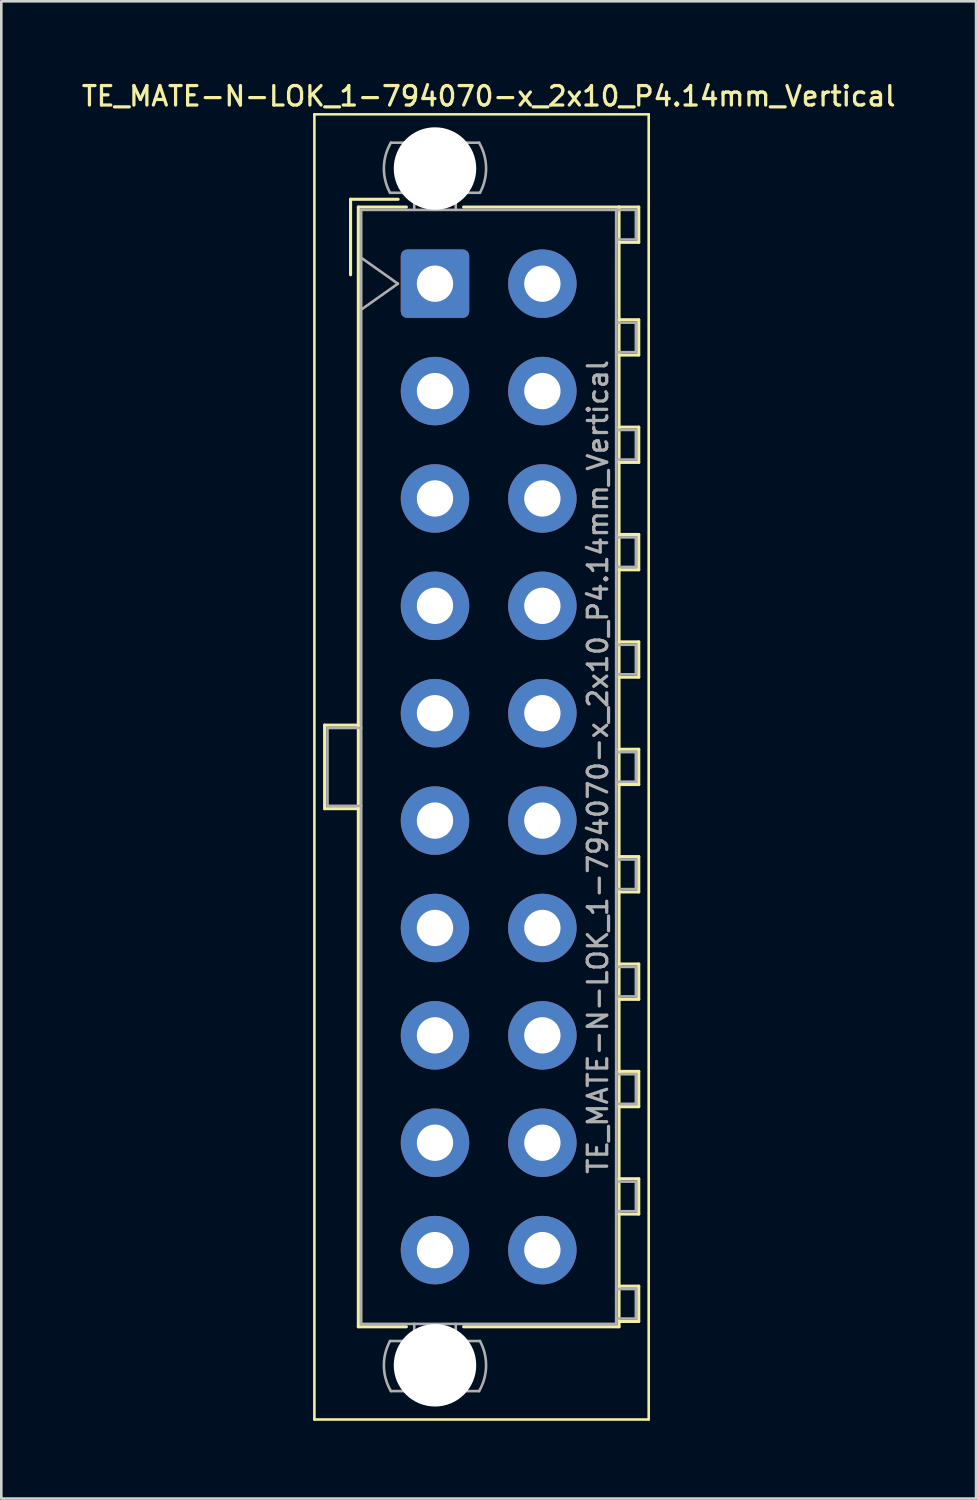
<source format=kicad_pcb>
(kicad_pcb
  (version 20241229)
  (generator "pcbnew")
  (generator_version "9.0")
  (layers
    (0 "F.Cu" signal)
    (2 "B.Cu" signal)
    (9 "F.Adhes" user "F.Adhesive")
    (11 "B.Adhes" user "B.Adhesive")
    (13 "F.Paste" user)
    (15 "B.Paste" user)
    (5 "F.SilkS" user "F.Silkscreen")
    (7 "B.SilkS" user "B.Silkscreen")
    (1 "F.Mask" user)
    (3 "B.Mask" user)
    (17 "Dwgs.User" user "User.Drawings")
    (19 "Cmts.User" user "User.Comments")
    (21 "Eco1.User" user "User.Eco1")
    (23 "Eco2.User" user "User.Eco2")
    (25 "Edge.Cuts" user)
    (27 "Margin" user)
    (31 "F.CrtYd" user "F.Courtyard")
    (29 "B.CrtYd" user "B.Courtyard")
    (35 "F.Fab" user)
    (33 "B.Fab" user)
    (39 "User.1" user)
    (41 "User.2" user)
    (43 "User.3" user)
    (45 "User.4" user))
  (footprint "TE_MATE-N-LOK_1-794070-x_2x10_P4.14mm_Vertical"
    (layer "F.Cu")
    (at 13.721 7.888)
    (property "Reference" "TE_MATE-N-LOK_1-794070-x_2x10_P4.14mm_Vertical" (at 2.07 -7.23 0) (layer "F.SilkS") (effects (font (size 0.75 0.75) (thickness 0.125))))
    (attr through_hole)
    (fp_line (start -4.65 -6.53) (end -4.65 43.79) (stroke (width 0.1) (type solid)) (layer "F.SilkS"))
    (fp_line (start -4.65 43.79) (end 8.24 43.79) (stroke (width 0.1) (type solid)) (layer "F.SilkS"))
    (fp_line (start -4.255 17.02) (end -4.255 20.24) (stroke (width 0.12) (type solid)) (layer "F.SilkS"))
    (fp_line (start -4.255 20.24) (end -2.955 20.24) (stroke (width 0.12) (type solid)) (layer "F.SilkS"))
    (fp_line (start -3.255 -3.255) (end -3.255 -0.345) (stroke (width 0.12) (type solid)) (layer "F.SilkS"))
    (fp_line (start -2.955 -2.955) (end -2.955 40.215) (stroke (width 0.12) (type solid)) (layer "F.SilkS"))
    (fp_line (start -2.955 17.02) (end -4.255 17.02) (stroke (width 0.12) (type solid)) (layer "F.SilkS"))
    (fp_line (start -2.955 40.215) (end -1.103 40.215) (stroke (width 0.12) (type solid)) (layer "F.SilkS"))
    (fp_line (start -1.421 -3.255) (end -3.255 -3.255) (stroke (width 0.12) (type solid)) (layer "F.SilkS"))
    (fp_line (start -1.103 -2.955) (end -2.955 -2.955) (stroke (width 0.12) (type solid)) (layer "F.SilkS"))
    (fp_line (start 1.103 -2.955) (end 7.095 -2.955) (stroke (width 0.12) (type solid)) (layer "F.SilkS"))
    (fp_line (start 7.095 -2.955) (end 7.095 40.215) (stroke (width 0.12) (type solid)) (layer "F.SilkS"))
    (fp_line (start 7.095 -2.955) (end 7.855 -2.955) (stroke (width 0.12) (type solid)) (layer "F.SilkS"))
    (fp_line (start 7.095 1.39) (end 7.855 1.39) (stroke (width 0.12) (type solid)) (layer "F.SilkS"))
    (fp_line (start 7.095 5.53) (end 7.855 5.53) (stroke (width 0.12) (type solid)) (layer "F.SilkS"))
    (fp_line (start 7.095 9.67) (end 7.855 9.67) (stroke (width 0.12) (type solid)) (layer "F.SilkS"))
    (fp_line (start 7.095 13.81) (end 7.855 13.81) (stroke (width 0.12) (type solid)) (layer "F.SilkS"))
    (fp_line (start 7.095 17.95) (end 7.855 17.95) (stroke (width 0.12) (type solid)) (layer "F.SilkS"))
    (fp_line (start 7.095 22.09) (end 7.855 22.09) (stroke (width 0.12) (type solid)) (layer "F.SilkS"))
    (fp_line (start 7.095 26.23) (end 7.855 26.23) (stroke (width 0.12) (type solid)) (layer "F.SilkS"))
    (fp_line (start 7.095 30.37) (end 7.855 30.37) (stroke (width 0.12) (type solid)) (layer "F.SilkS"))
    (fp_line (start 7.095 34.51) (end 7.855 34.51) (stroke (width 0.12) (type solid)) (layer "F.SilkS"))
    (fp_line (start 7.095 38.65) (end 7.855 38.65) (stroke (width 0.12) (type solid)) (layer "F.SilkS"))
    (fp_line (start 7.095 40.215) (end 1.103 40.215) (stroke (width 0.12) (type solid)) (layer "F.SilkS"))
    (fp_line (start 7.855 -2.955) (end 7.855 -1.595) (stroke (width 0.12) (type solid)) (layer "F.SilkS"))
    (fp_line (start 7.855 -1.595) (end 7.095 -1.595) (stroke (width 0.12) (type solid)) (layer "F.SilkS"))
    (fp_line (start 7.855 1.39) (end 7.855 2.75) (stroke (width 0.12) (type solid)) (layer "F.SilkS"))
    (fp_line (start 7.855 2.75) (end 7.095 2.75) (stroke (width 0.12) (type solid)) (layer "F.SilkS"))
    (fp_line (start 7.855 5.53) (end 7.855 6.89) (stroke (width 0.12) (type solid)) (layer "F.SilkS"))
    (fp_line (start 7.855 6.89) (end 7.095 6.89) (stroke (width 0.12) (type solid)) (layer "F.SilkS"))
    (fp_line (start 7.855 9.67) (end 7.855 11.03) (stroke (width 0.12) (type solid)) (layer "F.SilkS"))
    (fp_line (start 7.855 11.03) (end 7.095 11.03) (stroke (width 0.12) (type solid)) (layer "F.SilkS"))
    (fp_line (start 7.855 13.81) (end 7.855 15.17) (stroke (width 0.12) (type solid)) (layer "F.SilkS"))
    (fp_line (start 7.855 15.17) (end 7.095 15.17) (stroke (width 0.12) (type solid)) (layer "F.SilkS"))
    (fp_line (start 7.855 17.95) (end 7.855 19.31) (stroke (width 0.12) (type solid)) (layer "F.SilkS"))
    (fp_line (start 7.855 19.31) (end 7.095 19.31) (stroke (width 0.12) (type solid)) (layer "F.SilkS"))
    (fp_line (start 7.855 22.09) (end 7.855 23.45) (stroke (width 0.12) (type solid)) (layer "F.SilkS"))
    (fp_line (start 7.855 23.45) (end 7.095 23.45) (stroke (width 0.12) (type solid)) (layer "F.SilkS"))
    (fp_line (start 7.855 26.23) (end 7.855 27.59) (stroke (width 0.12) (type solid)) (layer "F.SilkS"))
    (fp_line (start 7.855 27.59) (end 7.095 27.59) (stroke (width 0.12) (type solid)) (layer "F.SilkS"))
    (fp_line (start 7.855 30.37) (end 7.855 31.73) (stroke (width 0.12) (type solid)) (layer "F.SilkS"))
    (fp_line (start 7.855 31.73) (end 7.095 31.73) (stroke (width 0.12) (type solid)) (layer "F.SilkS"))
    (fp_line (start 7.855 34.51) (end 7.855 35.87) (stroke (width 0.12) (type solid)) (layer "F.SilkS"))
    (fp_line (start 7.855 35.87) (end 7.095 35.87) (stroke (width 0.12) (type solid)) (layer "F.SilkS"))
    (fp_line (start 7.855 38.65) (end 7.855 40.01) (stroke (width 0.12) (type solid)) (layer "F.SilkS"))
    (fp_line (start 7.855 40.01) (end 7.095 40.01) (stroke (width 0.12) (type solid)) (layer "F.SilkS"))
    (fp_line (start 8.24 -6.53) (end -4.65 -6.53) (stroke (width 0.1) (type solid)) (layer "F.SilkS"))
    (fp_line (start 8.24 43.79) (end 8.24 -6.53) (stroke (width 0.1) (type solid)) (layer "F.SilkS"))
    (fp_line (start -4.145 17.13) (end -4.145 20.13) (stroke (width 0.1) (type solid)) (layer "F.Fab"))
    (fp_line (start -4.145 20.13) (end -2.845 20.13) (stroke (width 0.1) (type solid)) (layer "F.Fab"))
    (fp_line (start -2.845 -2.845) (end -2.845 40.105) (stroke (width 0.1) (type solid)) (layer "F.Fab"))
    (fp_line (start -2.845 -1) (end -1.431 0) (stroke (width 0.1) (type solid)) (layer "F.Fab"))
    (fp_line (start -2.845 17.13) (end -4.145 17.13) (stroke (width 0.1) (type solid)) (layer "F.Fab"))
    (fp_line (start -2.845 40.105) (end 6.985 40.105) (stroke (width 0.1) (type solid)) (layer "F.Fab"))
    (fp_line (start -1.431 0) (end -2.845 1) (stroke (width 0.1) (type solid)) (layer "F.Fab"))
    (fp_line (start -0.8 -2.845) (end -0.8 -3.505) (stroke (width 0.1) (type solid)) (layer "F.Fab"))
    (fp_line (start -0.8 40.105) (end -0.8 40.765) (stroke (width 0.1) (type solid)) (layer "F.Fab"))
    (fp_line (start 0.8 -2.845) (end 0.8 -3.505) (stroke (width 0.1) (type solid)) (layer "F.Fab"))
    (fp_line (start 0.8 40.105) (end 0.8 40.765) (stroke (width 0.1) (type solid)) (layer "F.Fab"))
    (fp_line (start 1.7 -5.436) (end -1.7 -5.436) (stroke (width 0.1) (type solid)) (layer "F.Fab"))
    (fp_line (start 1.7 42.696) (end -1.7 42.696) (stroke (width 0.1) (type solid)) (layer "F.Fab"))
    (fp_line (start 1.734 -3.505) (end -1.734 -3.505) (stroke (width 0.1) (type solid)) (layer "F.Fab"))
    (fp_line (start 1.734 40.765) (end -1.734 40.765) (stroke (width 0.1) (type solid)) (layer "F.Fab"))
    (fp_line (start 6.985 -2.845) (end -2.845 -2.845) (stroke (width 0.1) (type solid)) (layer "F.Fab"))
    (fp_line (start 6.985 -2.845) (end 7.745 -2.845) (stroke (width 0.1) (type solid)) (layer "F.Fab"))
    (fp_line (start 6.985 1.5) (end 7.745 1.5) (stroke (width 0.1) (type solid)) (layer "F.Fab"))
    (fp_line (start 6.985 5.64) (end 7.745 5.64) (stroke (width 0.1) (type solid)) (layer "F.Fab"))
    (fp_line (start 6.985 9.78) (end 7.745 9.78) (stroke (width 0.1) (type solid)) (layer "F.Fab"))
    (fp_line (start 6.985 13.92) (end 7.745 13.92) (stroke (width 0.1) (type solid)) (layer "F.Fab"))
    (fp_line (start 6.985 18.06) (end 7.745 18.06) (stroke (width 0.1) (type solid)) (layer "F.Fab"))
    (fp_line (start 6.985 22.2) (end 7.745 22.2) (stroke (width 0.1) (type solid)) (layer "F.Fab"))
    (fp_line (start 6.985 26.34) (end 7.745 26.34) (stroke (width 0.1) (type solid)) (layer "F.Fab"))
    (fp_line (start 6.985 30.48) (end 7.745 30.48) (stroke (width 0.1) (type solid)) (layer "F.Fab"))
    (fp_line (start 6.985 34.62) (end 7.745 34.62) (stroke (width 0.1) (type solid)) (layer "F.Fab"))
    (fp_line (start 6.985 38.76) (end 7.745 38.76) (stroke (width 0.1) (type solid)) (layer "F.Fab"))
    (fp_line (start 6.985 40.105) (end 6.985 -2.845) (stroke (width 0.1) (type solid)) (layer "F.Fab"))
    (fp_line (start 7.745 -2.845) (end 7.745 -1.705) (stroke (width 0.1) (type solid)) (layer "F.Fab"))
    (fp_line (start 7.745 -1.705) (end 6.985 -1.705) (stroke (width 0.1) (type solid)) (layer "F.Fab"))
    (fp_line (start 7.745 1.5) (end 7.745 2.64) (stroke (width 0.1) (type solid)) (layer "F.Fab"))
    (fp_line (start 7.745 2.64) (end 6.985 2.64) (stroke (width 0.1) (type solid)) (layer "F.Fab"))
    (fp_line (start 7.745 5.64) (end 7.745 6.78) (stroke (width 0.1) (type solid)) (layer "F.Fab"))
    (fp_line (start 7.745 6.78) (end 6.985 6.78) (stroke (width 0.1) (type solid)) (layer "F.Fab"))
    (fp_line (start 7.745 9.78) (end 7.745 10.92) (stroke (width 0.1) (type solid)) (layer "F.Fab"))
    (fp_line (start 7.745 10.92) (end 6.985 10.92) (stroke (width 0.1) (type solid)) (layer "F.Fab"))
    (fp_line (start 7.745 13.92) (end 7.745 15.06) (stroke (width 0.1) (type solid)) (layer "F.Fab"))
    (fp_line (start 7.745 15.06) (end 6.985 15.06) (stroke (width 0.1) (type solid)) (layer "F.Fab"))
    (fp_line (start 7.745 18.06) (end 7.745 19.2) (stroke (width 0.1) (type solid)) (layer "F.Fab"))
    (fp_line (start 7.745 19.2) (end 6.985 19.2) (stroke (width 0.1) (type solid)) (layer "F.Fab"))
    (fp_line (start 7.745 22.2) (end 7.745 23.34) (stroke (width 0.1) (type solid)) (layer "F.Fab"))
    (fp_line (start 7.745 23.34) (end 6.985 23.34) (stroke (width 0.1) (type solid)) (layer "F.Fab"))
    (fp_line (start 7.745 26.34) (end 7.745 27.48) (stroke (width 0.1) (type solid)) (layer "F.Fab"))
    (fp_line (start 7.745 27.48) (end 6.985 27.48) (stroke (width 0.1) (type solid)) (layer "F.Fab"))
    (fp_line (start 7.745 30.48) (end 7.745 31.62) (stroke (width 0.1) (type solid)) (layer "F.Fab"))
    (fp_line (start 7.745 31.62) (end 6.985 31.62) (stroke (width 0.1) (type solid)) (layer "F.Fab"))
    (fp_line (start 7.745 34.62) (end 7.745 35.76) (stroke (width 0.1) (type solid)) (layer "F.Fab"))
    (fp_line (start 7.745 35.76) (end 6.985 35.76) (stroke (width 0.1) (type solid)) (layer "F.Fab"))
    (fp_line (start 7.745 38.76) (end 7.745 39.9) (stroke (width 0.1) (type solid)) (layer "F.Fab"))
    (fp_line (start 7.745 39.9) (end 6.985 39.9) (stroke (width 0.1) (type solid)) (layer "F.Fab"))
    (fp_arc (start -1.733977 -3.505) (mid -1.96969 -4.474992) (end -1.699672 -5.436) (stroke (width 0.1) (type solid)) (layer "F.Fab"))
    (fp_arc (start -1.699672 42.696) (mid -1.969689 41.734992) (end -1.733977 40.765) (stroke (width 0.1) (type solid)) (layer "F.Fab"))
    (fp_arc (start 1.699672 -5.436) (mid 1.969689 -4.474992) (end 1.733977 -3.505) (stroke (width 0.1) (type solid)) (layer "F.Fab"))
    (fp_arc (start 1.733977 40.765) (mid 1.96969 41.734992) (end 1.699672 42.696) (stroke (width 0.1) (type solid)) (layer "F.Fab"))
    (fp_text user "${REFERENCE}" (at 6.28 18.63 90) (layer "F.Fab") (effects (font (size 0.75 0.75) (thickness 0.125))))
    (pad "" np_thru_hole circle (at 0 -4.44) (size 3.18 3.18) (drill 3.18) (layers "*.Cu" "*.Mask"))
    (pad "" np_thru_hole circle (at 0 41.7) (size 3.18 3.18) (drill 3.18) (layers "*.Cu" "*.Mask"))
    (pad "1" thru_hole roundrect (at 0 0) (size 2.64 2.64) (drill 1.4) (layers "*.Cu" "*.Mask") (roundrect_rratio 0.095))
    (pad "2" thru_hole circle (at 0 4.14) (size 2.64 2.64) (drill 1.4) (layers "*.Cu" "*.Mask"))
    (pad "3" thru_hole circle (at 0 8.28) (size 2.64 2.64) (drill 1.4) (layers "*.Cu" "*.Mask"))
    (pad "4" thru_hole circle (at 0 12.42) (size 2.64 2.64) (drill 1.4) (layers "*.Cu" "*.Mask"))
    (pad "5" thru_hole circle (at 0 16.56) (size 2.64 2.64) (drill 1.4) (layers "*.Cu" "*.Mask"))
    (pad "6" thru_hole circle (at 0 20.7) (size 2.64 2.64) (drill 1.4) (layers "*.Cu" "*.Mask"))
    (pad "7" thru_hole circle (at 0 24.84) (size 2.64 2.64) (drill 1.4) (layers "*.Cu" "*.Mask"))
    (pad "8" thru_hole circle (at 0 28.98) (size 2.64 2.64) (drill 1.4) (layers "*.Cu" "*.Mask"))
    (pad "9" thru_hole circle (at 0 33.12) (size 2.64 2.64) (drill 1.4) (layers "*.Cu" "*.Mask"))
    (pad "10" thru_hole circle (at 0 37.26) (size 2.64 2.64) (drill 1.4) (layers "*.Cu" "*.Mask"))
    (pad "11" thru_hole circle (at 4.14 0) (size 2.64 2.64) (drill 1.4) (layers "*.Cu" "*.Mask"))
    (pad "12" thru_hole circle (at 4.14 4.14) (size 2.64 2.64) (drill 1.4) (layers "*.Cu" "*.Mask"))
    (pad "13" thru_hole circle (at 4.14 8.28) (size 2.64 2.64) (drill 1.4) (layers "*.Cu" "*.Mask"))
    (pad "14" thru_hole circle (at 4.14 12.42) (size 2.64 2.64) (drill 1.4) (layers "*.Cu" "*.Mask"))
    (pad "15" thru_hole circle (at 4.14 16.56) (size 2.64 2.64) (drill 1.4) (layers "*.Cu" "*.Mask"))
    (pad "16" thru_hole circle (at 4.14 20.7) (size 2.64 2.64) (drill 1.4) (layers "*.Cu" "*.Mask"))
    (pad "17" thru_hole circle (at 4.14 24.84) (size 2.64 2.64) (drill 1.4) (layers "*.Cu" "*.Mask"))
    (pad "18" thru_hole circle (at 4.14 28.98) (size 2.64 2.64) (drill 1.4) (layers "*.Cu" "*.Mask"))
    (pad "19" thru_hole circle (at 4.14 33.12) (size 2.64 2.64) (drill 1.4) (layers "*.Cu" "*.Mask"))
    (pad "20" thru_hole circle (at 4.14 37.26) (size 2.64 2.64) (drill 1.4) (layers "*.Cu" "*.Mask")))
  (gr_rect
    (start -3 -3)
    (end 34.582 54.728)
    (stroke (width 0.1) (type default))
    (fill no)
    (layer "Edge.Cuts")))
</source>
